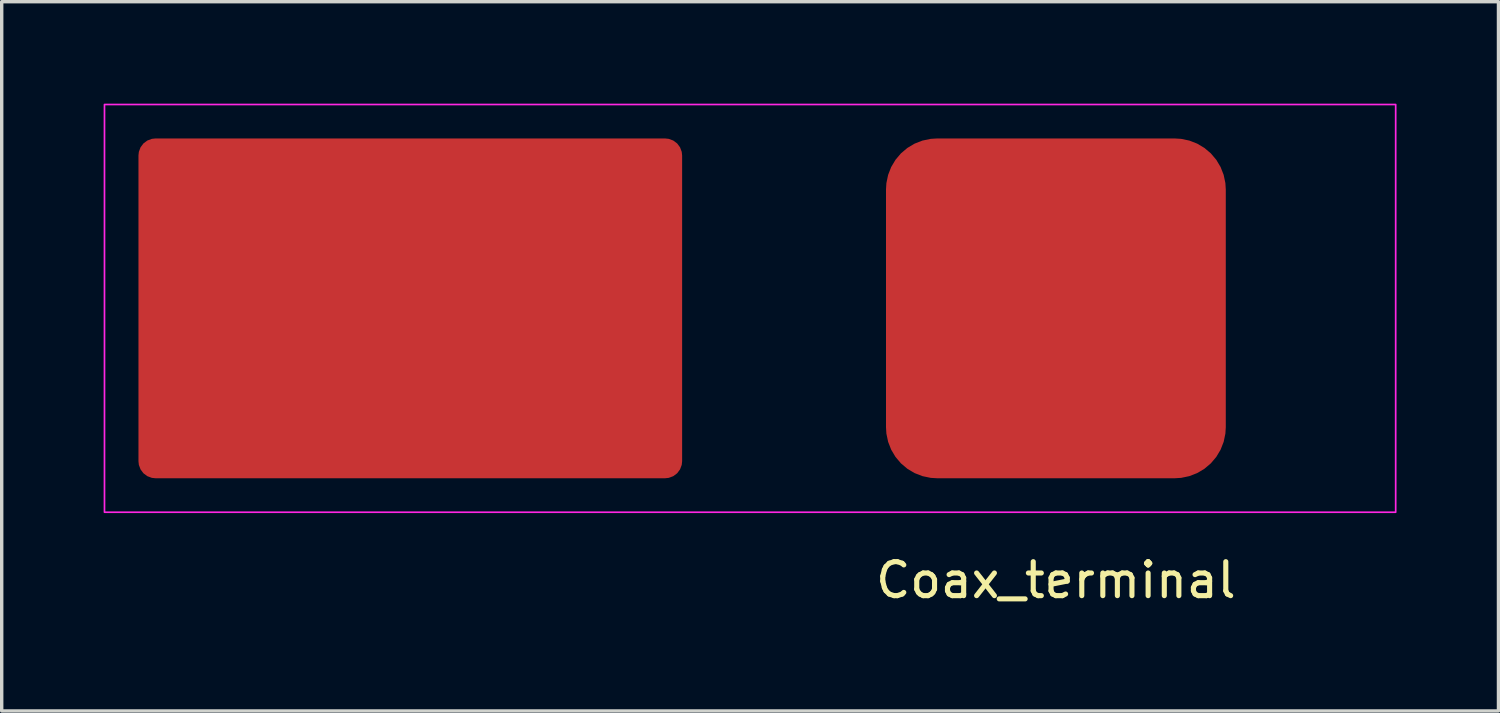
<source format=kicad_pcb>
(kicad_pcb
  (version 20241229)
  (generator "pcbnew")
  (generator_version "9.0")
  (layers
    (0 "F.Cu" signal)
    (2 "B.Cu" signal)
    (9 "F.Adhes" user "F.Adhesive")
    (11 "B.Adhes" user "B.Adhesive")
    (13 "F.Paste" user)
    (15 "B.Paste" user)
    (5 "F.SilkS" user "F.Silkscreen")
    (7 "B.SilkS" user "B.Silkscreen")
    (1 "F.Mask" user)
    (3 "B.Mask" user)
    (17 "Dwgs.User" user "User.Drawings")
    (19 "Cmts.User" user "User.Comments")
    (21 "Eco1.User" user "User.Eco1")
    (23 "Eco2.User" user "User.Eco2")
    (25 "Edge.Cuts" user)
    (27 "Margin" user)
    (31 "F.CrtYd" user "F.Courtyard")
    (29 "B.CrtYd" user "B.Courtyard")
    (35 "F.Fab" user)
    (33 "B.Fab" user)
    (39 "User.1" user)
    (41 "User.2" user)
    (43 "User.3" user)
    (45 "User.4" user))
  (footprint "Coax_terminal"
    (layer "F.Cu")
    (at 28.025 6.025)
    (property "Reference" "Coax_terminal" (at 0 8 0) (unlocked yes) (layer "F.SilkS") (effects (font (size 1 1) (thickness 0.15))))
    (attr smd exclude_from_bom)
    (fp_rect (start 10 -6) (end -28 6) (stroke (width 0.05) (type solid)) (fill no) (layer "F.CrtYd"))
    (pad "1" smd roundrect (at 0 0) (size 10 10) (layers "F.Cu" "F.Mask" "F.Paste") (roundrect_rratio 0.15))
    (pad "2" smd roundrect (at -19 0) (size 16 10) (layers "F.Cu" "F.Mask" "F.Paste") (roundrect_rratio 0.05)))
  (gr_rect
    (start -3 -3)
    (end 41.05 17.873)
    (stroke (width 0.1) (type default))
    (fill no)
    (layer "Edge.Cuts")))
</source>
